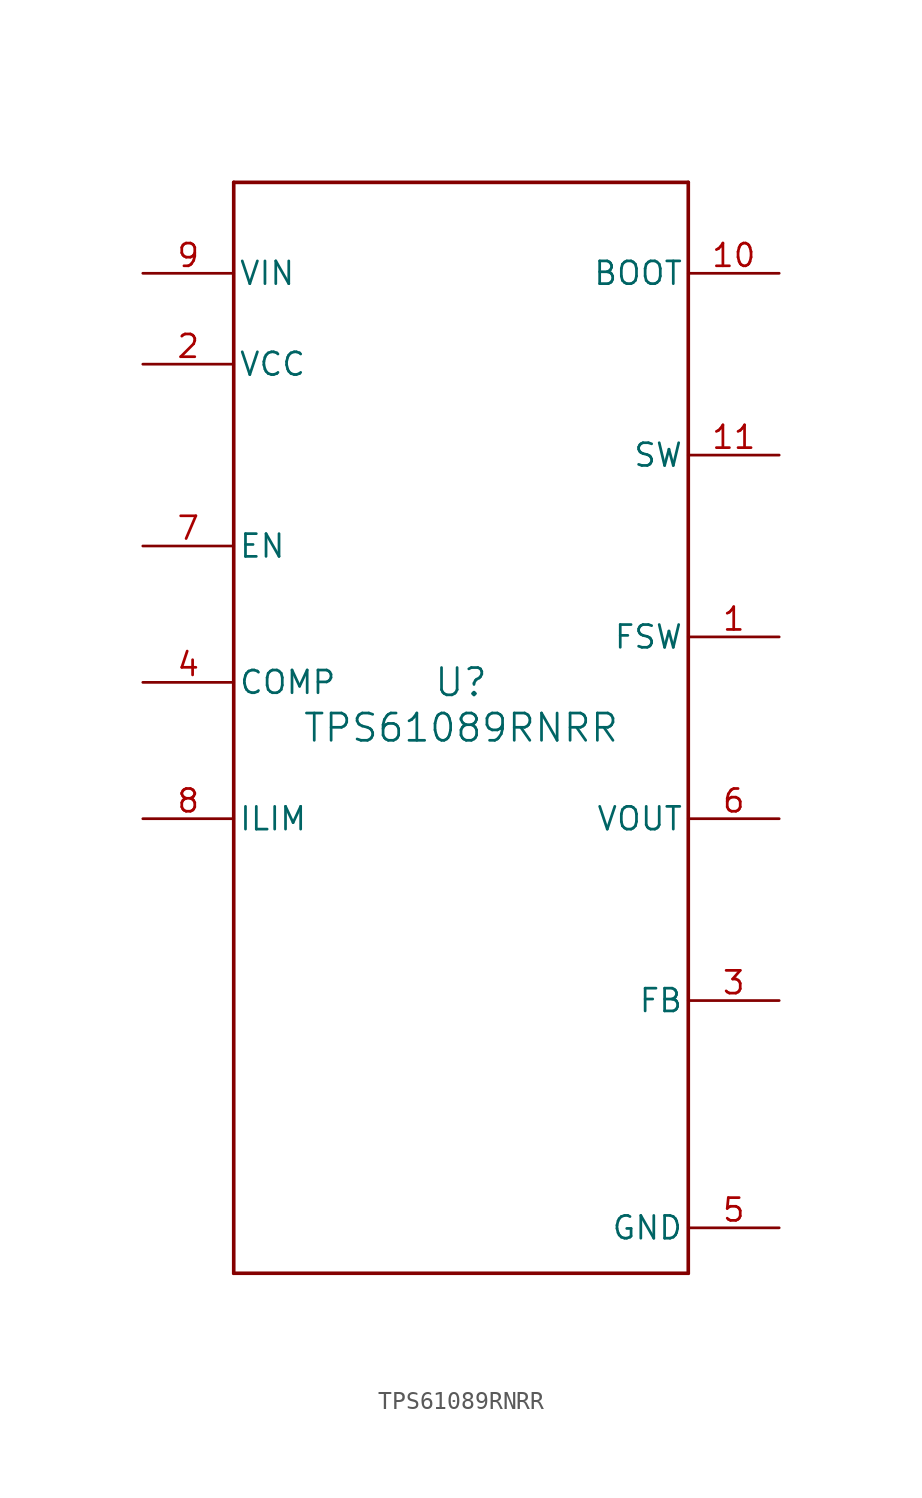
<source format=kicad_sym>
(kicad_symbol_lib
  (version 20211014)
  (generator kicad_symbol_editor)
  (symbol "TPS61089RNRR"
    (pin_names
      (offset 0.254))
    (property "Reference" "U"
      (at 0 2.54 0)
      (effects (font (size 1.524 1.524))))
    (property "Value" "TPS61089RNRR"
      (at 0 0 0)
      (effects (font (size 1.524 1.524))))
    (symbol "TPS61089RNRR_0_1"
      (polyline (pts (xy -12.7 -30.48) (xy 12.7 -30.48)) (stroke (width 0.203) (type default) (color 0 0 0 0)) (fill (type none)))
      (polyline (pts (xy 12.7 -30.48) (xy 12.7 30.48)) (stroke (width 0.203) (type default) (color 0 0 0 0)) (fill (type none)))
      (polyline (pts (xy 12.7 30.48) (xy -12.7 30.48)) (stroke (width 0.203) (type default) (color 0 0 0 0)) (fill (type none)))
      (polyline (pts (xy -12.7 30.48) (xy -12.7 -30.48)) (stroke (width 0.203) (type default) (color 0 0 0 0)) (fill (type none)))
      (pin input line (at 17.78 5.08 180) (length 5.08) (name "FSW" (effects (font (size 1.27 1.27)))) (number "1" (effects (font (size 1.27 1.27)))))
      (pin power_in line (at -17.78 20.32 0) (length 5.08) (name "VCC" (effects (font (size 1.27 1.27)))) (number "2" (effects (font (size 1.27 1.27)))))
      (pin input line (at 17.78 -15.24 180) (length 5.08) (name "FB" (effects (font (size 1.27 1.27)))) (number "3" (effects (font (size 1.27 1.27)))))
      (pin output line (at -17.78 2.54 0) (length 5.08) (name "COMP" (effects (font (size 1.27 1.27)))) (number "4" (effects (font (size 1.27 1.27)))))
      (pin power_in line (at 17.78 -27.94 180) (length 5.08) (name "GND" (effects (font (size 1.27 1.27)))) (number "5" (effects (font (size 1.27 1.27)))))
      (pin power_in line (at 17.78 -5.08 180) (length 5.08) (name "VOUT" (effects (font (size 1.27 1.27)))) (number "6" (effects (font (size 1.27 1.27)))))
      (pin input line (at -17.78 10.16 0) (length 5.08) (name "EN" (effects (font (size 1.27 1.27)))) (number "7" (effects (font (size 1.27 1.27)))))
      (pin input line (at -17.78 -5.08 0) (length 5.08) (name "ILIM" (effects (font (size 1.27 1.27)))) (number "8" (effects (font (size 1.27 1.27)))))
      (pin power_in line (at -17.78 25.4 0) (length 5.08) (name "VIN" (effects (font (size 1.27 1.27)))) (number "9" (effects (font (size 1.27 1.27)))))
      (pin power_in line (at 17.78 25.4 180) (length 5.08) (name "BOOT" (effects (font (size 1.27 1.27)))) (number "10" (effects (font (size 1.27 1.27)))))
      (pin power_in line (at 17.78 15.24 180) (length 5.08) (name "SW" (effects (font (size 1.27 1.27)))) (number "11" (effects (font (size 1.27 1.27))))))))
</source>
